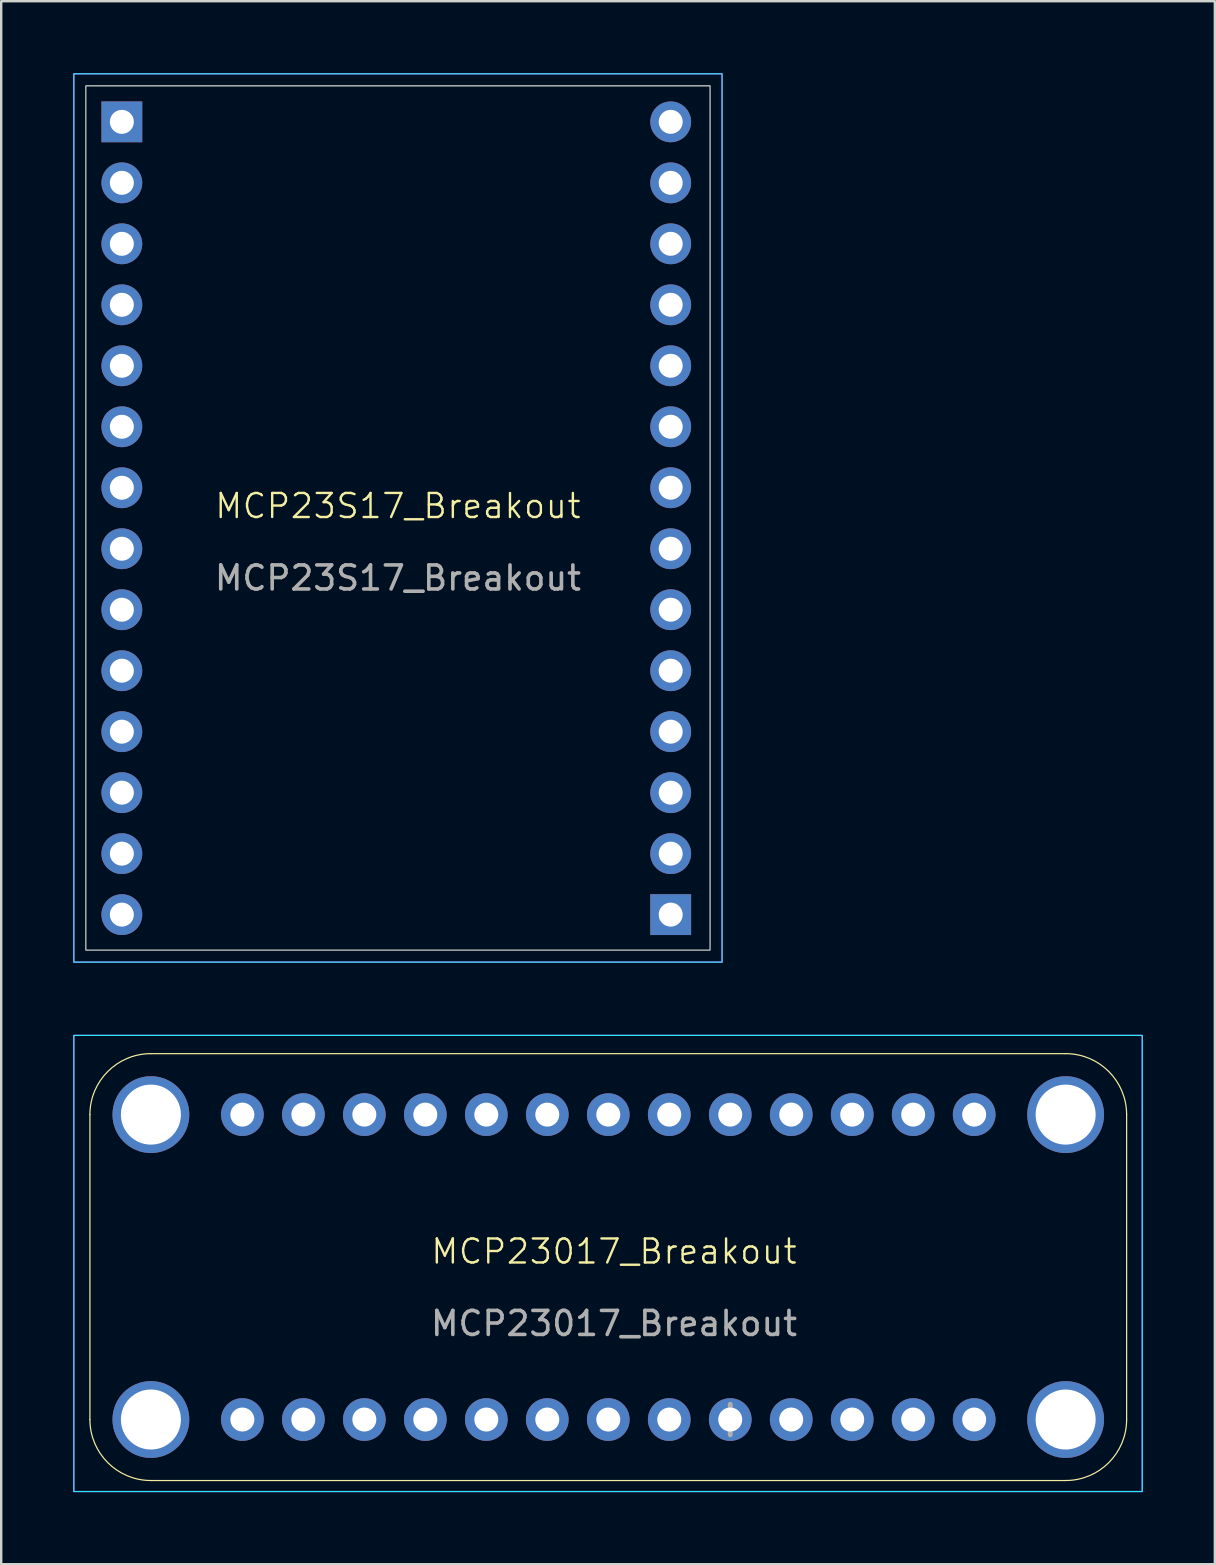
<source format=kicad_pcb>
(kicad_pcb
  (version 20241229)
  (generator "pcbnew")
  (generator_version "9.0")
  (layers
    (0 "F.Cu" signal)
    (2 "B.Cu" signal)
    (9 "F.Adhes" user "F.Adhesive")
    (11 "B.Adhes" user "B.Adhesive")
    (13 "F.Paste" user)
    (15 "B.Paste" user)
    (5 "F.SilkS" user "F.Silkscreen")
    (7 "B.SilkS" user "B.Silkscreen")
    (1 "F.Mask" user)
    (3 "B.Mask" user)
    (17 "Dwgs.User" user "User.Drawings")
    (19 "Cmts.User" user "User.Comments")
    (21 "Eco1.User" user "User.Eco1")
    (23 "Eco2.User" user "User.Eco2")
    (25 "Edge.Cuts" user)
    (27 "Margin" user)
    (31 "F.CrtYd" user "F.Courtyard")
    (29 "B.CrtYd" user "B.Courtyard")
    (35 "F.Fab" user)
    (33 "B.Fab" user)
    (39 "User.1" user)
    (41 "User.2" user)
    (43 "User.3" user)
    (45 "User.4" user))
  (footprint "MCP23017_Breakout"
    (layer "F.Cu")
    (at 22.525 49.575)
    (property "Reference" "MCP23017_Breakout" (at 0 -0.5 0) (unlocked yes) (layer "F.SilkS") (effects (font (size 1 1) (thickness 0.1))))
    (attr through_hole)
    (fp_line (start -21.83 -6.2) (end -21.83 6.5) (stroke (width 0.05) (type solid)) (layer "F.SilkS"))
    (fp_line (start -19.29 9.04) (end 18.81 9.04) (stroke (width 0.05) (type solid)) (layer "F.SilkS"))
    (fp_line (start 18.81 -8.74) (end -19.29 -8.74) (stroke (width 0.05) (type solid)) (layer "F.SilkS"))
    (fp_line (start 21.35 6.5) (end 21.35 -6.2) (stroke (width 0.05) (type solid)) (layer "F.SilkS"))
    (fp_arc (start -21.83 -6.2) (mid -21.086051 -7.996051) (end -19.29 -8.74) (stroke (width 0.05) (type solid)) (layer "F.SilkS"))
    (fp_arc (start -19.29 9.04) (mid -21.086051 8.296051) (end -21.83 6.5) (stroke (width 0.05) (type solid)) (layer "F.SilkS"))
    (fp_arc (start 18.81 -8.74) (mid 20.606051 -7.996051) (end 21.35 -6.2) (stroke (width 0.05) (type solid)) (layer "F.SilkS"))
    (fp_arc (start 21.35 6.5) (mid 20.606051 8.296051) (end 18.81 9.04) (stroke (width 0.05) (type solid)) (layer "F.SilkS"))
    (fp_rect (start -22.5 -9.5) (end 22 9.5) (stroke (width 0.05) (type default)) (fill no) (layer "B.CrtYd"))
    (fp_rect (start -22.5 -9.5) (end 22 9.5) (stroke (width 0.05) (type default)) (fill no) (layer "F.CrtYd"))
    (fp_line (start 4.84 5.865) (end 4.84 7.135) (stroke (width 0.203) (type solid)) (layer "F.Fab"))
    (fp_poly (pts (xy 18.556 6.754) (xy 19.064 6.754) (xy 19.064 6.246) (xy 18.556 6.246)) (stroke (width 0.1) (type default)) (fill no) (layer "F.Fab"))
    (fp_text user "${REFERENCE}" (at 0 2.5 0) (unlocked yes) (layer "F.Fab") (effects (font (size 1 1) (thickness 0.15))))
    (pad "00" thru_hole circle (at -15.48 6.5 90) (size 1.778 1.778) (drill 1) (layers "*.Cu" "*.Mask"))
    (pad "01" thru_hole circle (at -19.29 -6.2) (size 3.2 3.2) (drill 2.5) (layers "*.Cu" "*.Mask"))
    (pad "01" thru_hole circle (at -19.29 6.5) (size 3.2 3.2) (drill 2.5) (layers "*.Cu" "*.Mask"))
    (pad "01" thru_hole circle (at -12.94 6.5 90) (size 1.778 1.778) (drill 1) (layers "*.Cu" "*.Mask"))
    (pad "01" thru_hole circle (at 18.81 -6.2) (size 3.2 3.2) (drill 2.5) (layers "*.Cu" "*.Mask"))
    (pad "01" thru_hole circle (at 18.81 6.5) (size 3.2 3.2) (drill 2.5) (layers "*.Cu" "*.Mask"))
    (pad "02" thru_hole circle (at -10.4 6.5 90) (size 1.778 1.778) (drill 1) (layers "*.Cu" "*.Mask"))
    (pad "03" thru_hole circle (at -7.86 6.5 90) (size 1.778 1.778) (drill 1) (layers "*.Cu" "*.Mask"))
    (pad "04" thru_hole circle (at -5.32 6.5 90) (size 1.778 1.778) (drill 1) (layers "*.Cu" "*.Mask"))
    (pad "05" thru_hole circle (at -2.78 6.5 90) (size 1.778 1.778) (drill 1) (layers "*.Cu" "*.Mask"))
    (pad "06" thru_hole circle (at -0.24 6.5 90) (size 1.778 1.778) (drill 1) (layers "*.Cu" "*.Mask"))
    (pad "07" thru_hole circle (at 2.3 6.5 90) (size 1.778 1.778) (drill 1) (layers "*.Cu" "*.Mask"))
    (pad "08" thru_hole circle (at 4.84 6.5 90) (size 1.778 1.778) (drill 1) (layers "*.Cu" "*.Mask"))
    (pad "09" thru_hole circle (at 7.38 6.5 90) (size 1.778 1.778) (drill 1) (layers "*.Cu" "*.Mask"))
    (pad "10" thru_hole circle (at 9.92 6.5 90) (size 1.778 1.778) (drill 1) (layers "*.Cu" "*.Mask"))
    (pad "11" thru_hole circle (at 12.46 6.5 90) (size 1.778 1.778) (drill 1) (layers "*.Cu" "*.Mask"))
    (pad "12" thru_hole circle (at 15 6.5 90) (size 1.778 1.778) (drill 1) (layers "*.Cu" "*.Mask"))
    (pad "13" thru_hole circle (at 15 -6.2 270) (size 1.778 1.778) (drill 1) (layers "*.Cu" "*.Mask"))
    (pad "14" thru_hole circle (at 12.46 -6.2 270) (size 1.778 1.778) (drill 1) (layers "*.Cu" "*.Mask"))
    (pad "15" thru_hole circle (at 9.92 -6.2 270) (size 1.778 1.778) (drill 1) (layers "*.Cu" "*.Mask"))
    (pad "16" thru_hole circle (at 7.38 -6.2 270) (size 1.778 1.778) (drill 1) (layers "*.Cu" "*.Mask"))
    (pad "17" thru_hole circle (at 4.84 -6.2 270) (size 1.778 1.778) (drill 1) (layers "*.Cu" "*.Mask"))
    (pad "18" thru_hole circle (at 2.3 -6.2 270) (size 1.778 1.778) (drill 1) (layers "*.Cu" "*.Mask"))
    (pad "19" thru_hole circle (at -0.24 -6.2 270) (size 1.778 1.778) (drill 1) (layers "*.Cu" "*.Mask"))
    (pad "20" thru_hole circle (at -2.78 -6.2 270) (size 1.778 1.778) (drill 1) (layers "*.Cu" "*.Mask"))
    (pad "21" thru_hole circle (at -5.32 -6.2 90) (size 1.778 1.778) (drill 1) (layers "*.Cu" "*.Mask"))
    (pad "22" thru_hole circle (at -7.86 -6.2 90) (size 1.778 1.778) (drill 1) (layers "*.Cu" "*.Mask"))
    (pad "23" thru_hole circle (at -10.4 -6.2 90) (size 1.778 1.778) (drill 1) (layers "*.Cu" "*.Mask"))
    (pad "24" thru_hole circle (at -12.94 -6.2 90) (size 1.778 1.778) (drill 1) (layers "*.Cu" "*.Mask"))
    (pad "25" thru_hole circle (at -15.48 -6.2 90) (size 1.778 1.778) (drill 1) (layers "*.Cu" "*.Mask")))
  (footprint "MCP23S17_Breakout"
    (layer "F.Cu")
    (at 13.525 18.525)
    (property "Reference" "MCP23S17_Breakout" (at 0 -0.5 0) (unlocked yes) (layer "F.SilkS") (effects (font (size 1 1) (thickness 0.1))))
    (attr through_hole)
    (fp_rect (start -13 -18) (end 13 18) (stroke (width 0.05) (type default)) (fill no) (layer "Edge.Cuts"))
    (fp_rect (start -13.5 -18.5) (end 13.5 18.5) (stroke (width 0.05) (type default)) (fill no) (layer "B.CrtYd"))
    (fp_rect (start -13.5 -18.5) (end 13.5 18.5) (stroke (width 0.05) (type default)) (fill no) (layer "F.CrtYd"))
    (fp_text user "${REFERENCE}" (at 0 2.5 0) (unlocked yes) (layer "F.Fab") (effects (font (size 1 1) (thickness 0.15))))
    (pad "01" thru_hole circle (at -11.5 -13.96) (size 1.7 1.7) (drill 1) (layers "*.Cu" "*.Mask"))
    (pad "02" thru_hole circle (at -11.5 -11.42) (size 1.7 1.7) (drill 1) (layers "*.Cu" "*.Mask"))
    (pad "03" thru_hole circle (at -11.5 -8.88) (size 1.7 1.7) (drill 1) (layers "*.Cu" "*.Mask"))
    (pad "04" thru_hole circle (at -11.5 -6.34) (size 1.7 1.7) (drill 1) (layers "*.Cu" "*.Mask"))
    (pad "05" thru_hole circle (at -11.5 -3.8) (size 1.7 1.7) (drill 1) (layers "*.Cu" "*.Mask"))
    (pad "06" thru_hole circle (at -11.5 -1.26) (size 1.7 1.7) (drill 1) (layers "*.Cu" "*.Mask"))
    (pad "07" thru_hole circle (at -11.5 1.28) (size 1.7 1.7) (drill 1) (layers "*.Cu" "*.Mask"))
    (pad "08" thru_hole circle (at -11.5 3.82) (size 1.7 1.7) (drill 1) (layers "*.Cu" "*.Mask"))
    (pad "09" thru_hole circle (at -11.5 6.36) (size 1.7 1.7) (drill 1) (layers "*.Cu" "*.Mask"))
    (pad "10" thru_hole circle (at -11.5 8.9) (size 1.7 1.7) (drill 1) (layers "*.Cu" "*.Mask"))
    (pad "11" thru_hole circle (at -11.5 11.44) (size 1.7 1.7) (drill 1) (layers "*.Cu" "*.Mask"))
    (pad "12" thru_hole circle (at -11.5 13.98) (size 1.7 1.7) (drill 1) (layers "*.Cu" "*.Mask"))
    (pad "13" thru_hole circle (at -11.5 16.52) (size 1.7 1.7) (drill 1) (layers "*.Cu" "*.Mask"))
    (pad "14" thru_hole rect (at 11.36 16.52 180) (size 1.7 1.7) (drill 1) (layers "*.Cu" "*.Mask"))
    (pad "15" thru_hole circle (at 11.36 13.98 180) (size 1.7 1.7) (drill 1) (layers "*.Cu" "*.Mask"))
    (pad "16" thru_hole circle (at 11.36 11.44 180) (size 1.7 1.7) (drill 1) (layers "*.Cu" "*.Mask"))
    (pad "17" thru_hole circle (at 11.36 8.9 180) (size 1.7 1.7) (drill 1) (layers "*.Cu" "*.Mask"))
    (pad "18" thru_hole circle (at 11.36 6.36 180) (size 1.7 1.7) (drill 1) (layers "*.Cu" "*.Mask"))
    (pad "19" thru_hole circle (at 11.36 3.82 180) (size 1.7 1.7) (drill 1) (layers "*.Cu" "*.Mask"))
    (pad "20" thru_hole circle (at 11.36 1.28 180) (size 1.7 1.7) (drill 1) (layers "*.Cu" "*.Mask"))
    (pad "21" thru_hole circle (at 11.36 -1.26 180) (size 1.7 1.7) (drill 1) (layers "*.Cu" "*.Mask"))
    (pad "22" thru_hole circle (at 11.36 -3.8 180) (size 1.7 1.7) (drill 1) (layers "*.Cu" "*.Mask"))
    (pad "23" thru_hole circle (at 11.36 -6.34 180) (size 1.7 1.7) (drill 1) (layers "*.Cu" "*.Mask"))
    (pad "24" thru_hole circle (at 11.36 -8.88 180) (size 1.7 1.7) (drill 1) (layers "*.Cu" "*.Mask"))
    (pad "25" thru_hole circle (at 11.36 -11.42 180) (size 1.7 1.7) (drill 1) (layers "*.Cu" "*.Mask"))
    (pad "26" thru_hole circle (at 11.36 -13.96 180) (size 1.7 1.7) (drill 1) (layers "*.Cu" "*.Mask"))
    (pad "27" thru_hole circle (at 11.36 -16.5 180) (size 1.7 1.7) (drill 1) (layers "*.Cu" "*.Mask"))
    (pad "G" thru_hole rect (at -11.5 -16.5) (size 1.7 1.7) (drill 1) (layers "*.Cu" "*.Mask")))
  (gr_rect
    (start -3 -3)
    (end 47.55 62.1)
    (stroke (width 0.1) (type default))
    (fill no)
    (layer "Edge.Cuts")))
</source>
